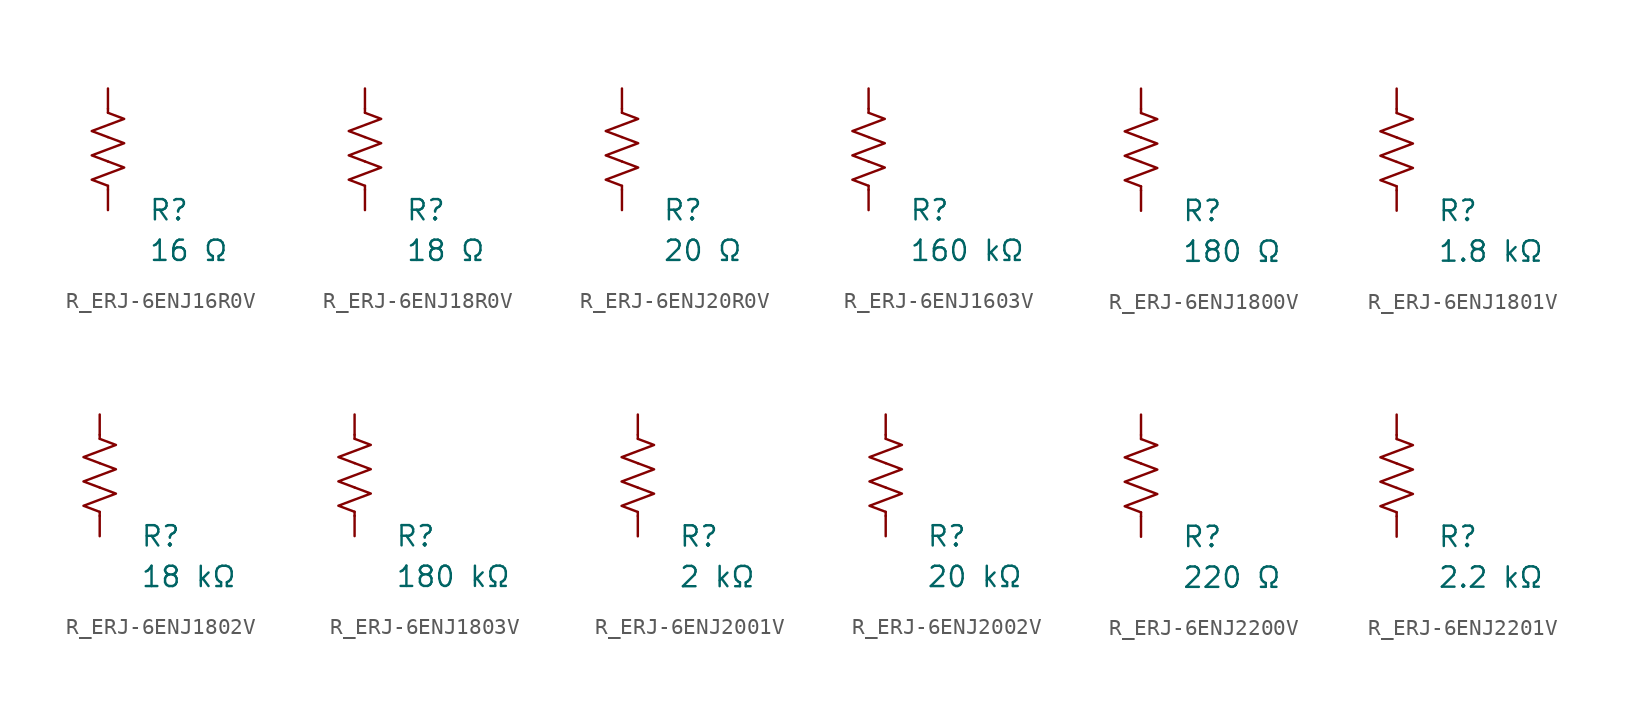
<source format=kicad_sym>
(kicad_symbol_lib
  (version 20231120)
  (generator "kicad_symbol_editor")
  (generator_version "8.0")
  (symbol "R_ERJ-6ENJ16R0V"
    (pin_numbers hide)
    (pin_names
      (offset 0))
    (property "Reference" "R"
      (at 2.54 -3.81 0)
      (effects (font (size 1.27 1.27)) (justify left))
      (show_name no))
    (property "Value" "16 Ω"
      (at 2.54 -6.35 0)
      (effects (font (size 1.27 1.27)) (justify left))
      (show_name no))
    (symbol "R_ERJ-6ENJ16R0V_0_1"
      (polyline (pts (xy 0 -2.286) (xy 0 -2.54)) (stroke (width 0) (type default)) (fill (type none)))
      (polyline (pts (xy 0 2.286) (xy 0 2.54)) (stroke (width 0) (type default)) (fill (type none)))
      (polyline (pts (xy 0 -0.762) (xy 1.016 -1.143) (xy 0 -1.524) (xy -1.016 -1.905) (xy 0 -2.286)) (stroke (width 0) (type default)) (fill (type none)))
      (polyline (pts (xy 0 0.762) (xy 1.016 0.381) (xy 0 0) (xy -1.016 -0.381) (xy 0 -0.762)) (stroke (width 0) (type default)) (fill (type none)))
      (polyline (pts (xy 0 2.286) (xy 1.016 1.905) (xy 0 1.524) (xy -1.016 1.143) (xy 0 0.762)) (stroke (width 0) (type default)) (fill (type none))))
    (symbol "R_ERJ-6ENJ16R0V_1_1"
      (pin passive line (at 0 3.81 270) (length 1.27) (name "~" (effects (font (size 1.27 1.27)))) (number "1" (effects (font (size 1.27 1.27)))))
      (pin passive line (at 0 -3.81 90) (length 1.27) (name "~" (effects (font (size 1.27 1.27)))) (number "2" (effects (font (size 1.27 1.27)))))))
  (symbol "R_ERJ-6ENJ18R0V"
    (pin_numbers hide)
    (pin_names
      (offset 0))
    (property "Reference" "R"
      (at 2.54 -3.81 0)
      (effects (font (size 1.27 1.27)) (justify left))
      (show_name no))
    (property "Value" "18 Ω"
      (at 2.54 -6.35 0)
      (effects (font (size 1.27 1.27)) (justify left))
      (show_name no))
    (symbol "R_ERJ-6ENJ18R0V_0_1"
      (polyline (pts (xy 0 -2.286) (xy 0 -2.54)) (stroke (width 0) (type default)) (fill (type none)))
      (polyline (pts (xy 0 2.286) (xy 0 2.54)) (stroke (width 0) (type default)) (fill (type none)))
      (polyline (pts (xy 0 -0.762) (xy 1.016 -1.143) (xy 0 -1.524) (xy -1.016 -1.905) (xy 0 -2.286)) (stroke (width 0) (type default)) (fill (type none)))
      (polyline (pts (xy 0 0.762) (xy 1.016 0.381) (xy 0 0) (xy -1.016 -0.381) (xy 0 -0.762)) (stroke (width 0) (type default)) (fill (type none)))
      (polyline (pts (xy 0 2.286) (xy 1.016 1.905) (xy 0 1.524) (xy -1.016 1.143) (xy 0 0.762)) (stroke (width 0) (type default)) (fill (type none))))
    (symbol "R_ERJ-6ENJ18R0V_1_1"
      (pin passive line (at 0 3.81 270) (length 1.27) (name "~" (effects (font (size 1.27 1.27)))) (number "1" (effects (font (size 1.27 1.27)))))
      (pin passive line (at 0 -3.81 90) (length 1.27) (name "~" (effects (font (size 1.27 1.27)))) (number "2" (effects (font (size 1.27 1.27)))))))
  (symbol "R_ERJ-6ENJ20R0V"
    (pin_numbers hide)
    (pin_names
      (offset 0))
    (property "Reference" "R"
      (at 2.54 -3.81 0)
      (effects (font (size 1.27 1.27)) (justify left))
      (show_name no))
    (property "Value" "20 Ω"
      (at 2.54 -6.35 0)
      (effects (font (size 1.27 1.27)) (justify left))
      (show_name no))
    (symbol "R_ERJ-6ENJ20R0V_0_1"
      (polyline (pts (xy 0 -2.286) (xy 0 -2.54)) (stroke (width 0) (type default)) (fill (type none)))
      (polyline (pts (xy 0 2.286) (xy 0 2.54)) (stroke (width 0) (type default)) (fill (type none)))
      (polyline (pts (xy 0 -0.762) (xy 1.016 -1.143) (xy 0 -1.524) (xy -1.016 -1.905) (xy 0 -2.286)) (stroke (width 0) (type default)) (fill (type none)))
      (polyline (pts (xy 0 0.762) (xy 1.016 0.381) (xy 0 0) (xy -1.016 -0.381) (xy 0 -0.762)) (stroke (width 0) (type default)) (fill (type none)))
      (polyline (pts (xy 0 2.286) (xy 1.016 1.905) (xy 0 1.524) (xy -1.016 1.143) (xy 0 0.762)) (stroke (width 0) (type default)) (fill (type none))))
    (symbol "R_ERJ-6ENJ20R0V_1_1"
      (pin passive line (at 0 3.81 270) (length 1.27) (name "~" (effects (font (size 1.27 1.27)))) (number "1" (effects (font (size 1.27 1.27)))))
      (pin passive line (at 0 -3.81 90) (length 1.27) (name "~" (effects (font (size 1.27 1.27)))) (number "2" (effects (font (size 1.27 1.27)))))))
  (symbol "R_ERJ-6ENJ1603V"
    (pin_numbers hide)
    (pin_names
      (offset 0))
    (property "Reference" "R"
      (at 2.54 -3.81 0)
      (effects (font (size 1.27 1.27)) (justify left))
      (show_name no))
    (property "Value" "160 kΩ"
      (at 2.54 -6.35 0)
      (effects (font (size 1.27 1.27)) (justify left))
      (show_name no))
    (symbol "R_ERJ-6ENJ1603V_0_1"
      (polyline (pts (xy 0 -2.286) (xy 0 -2.54)) (stroke (width 0) (type default)) (fill (type none)))
      (polyline (pts (xy 0 2.286) (xy 0 2.54)) (stroke (width 0) (type default)) (fill (type none)))
      (polyline (pts (xy 0 -0.762) (xy 1.016 -1.143) (xy 0 -1.524) (xy -1.016 -1.905) (xy 0 -2.286)) (stroke (width 0) (type default)) (fill (type none)))
      (polyline (pts (xy 0 0.762) (xy 1.016 0.381) (xy 0 0) (xy -1.016 -0.381) (xy 0 -0.762)) (stroke (width 0) (type default)) (fill (type none)))
      (polyline (pts (xy 0 2.286) (xy 1.016 1.905) (xy 0 1.524) (xy -1.016 1.143) (xy 0 0.762)) (stroke (width 0) (type default)) (fill (type none))))
    (symbol "R_ERJ-6ENJ1603V_1_1"
      (pin passive line (at 0 3.81 270) (length 1.27) (name "~" (effects (font (size 1.27 1.27)))) (number "1" (effects (font (size 1.27 1.27)))))
      (pin passive line (at 0 -3.81 90) (length 1.27) (name "~" (effects (font (size 1.27 1.27)))) (number "2" (effects (font (size 1.27 1.27)))))))
  (symbol "R_ERJ-6ENJ1800V"
    (pin_numbers hide)
    (pin_names
      (offset 0))
    (property "Reference" "R"
      (at 2.54 -3.81 0)
      (effects (font (size 1.27 1.27)) (justify left))
      (show_name no))
    (property "Value" "180 Ω"
      (at 2.54 -6.35 0)
      (effects (font (size 1.27 1.27)) (justify left))
      (show_name no))
    (symbol "R_ERJ-6ENJ1800V_0_1"
      (polyline (pts (xy 0 -2.286) (xy 0 -2.54)) (stroke (width 0) (type default)) (fill (type none)))
      (polyline (pts (xy 0 2.286) (xy 0 2.54)) (stroke (width 0) (type default)) (fill (type none)))
      (polyline (pts (xy 0 -0.762) (xy 1.016 -1.143) (xy 0 -1.524) (xy -1.016 -1.905) (xy 0 -2.286)) (stroke (width 0) (type default)) (fill (type none)))
      (polyline (pts (xy 0 0.762) (xy 1.016 0.381) (xy 0 0) (xy -1.016 -0.381) (xy 0 -0.762)) (stroke (width 0) (type default)) (fill (type none)))
      (polyline (pts (xy 0 2.286) (xy 1.016 1.905) (xy 0 1.524) (xy -1.016 1.143) (xy 0 0.762)) (stroke (width 0) (type default)) (fill (type none))))
    (symbol "R_ERJ-6ENJ1800V_1_1"
      (pin passive line (at 0 3.81 270) (length 1.27) (name "~" (effects (font (size 1.27 1.27)))) (number "1" (effects (font (size 1.27 1.27)))))
      (pin passive line (at 0 -3.81 90) (length 1.27) (name "~" (effects (font (size 1.27 1.27)))) (number "2" (effects (font (size 1.27 1.27)))))))
  (symbol "R_ERJ-6ENJ1801V"
    (pin_numbers hide)
    (pin_names
      (offset 0))
    (property "Reference" "R"
      (at 2.54 -3.81 0)
      (effects (font (size 1.27 1.27)) (justify left))
      (show_name no))
    (property "Value" "1.8 kΩ"
      (at 2.54 -6.35 0)
      (effects (font (size 1.27 1.27)) (justify left))
      (show_name no))
    (symbol "R_ERJ-6ENJ1801V_0_1"
      (polyline (pts (xy 0 -2.286) (xy 0 -2.54)) (stroke (width 0) (type default)) (fill (type none)))
      (polyline (pts (xy 0 2.286) (xy 0 2.54)) (stroke (width 0) (type default)) (fill (type none)))
      (polyline (pts (xy 0 -0.762) (xy 1.016 -1.143) (xy 0 -1.524) (xy -1.016 -1.905) (xy 0 -2.286)) (stroke (width 0) (type default)) (fill (type none)))
      (polyline (pts (xy 0 0.762) (xy 1.016 0.381) (xy 0 0) (xy -1.016 -0.381) (xy 0 -0.762)) (stroke (width 0) (type default)) (fill (type none)))
      (polyline (pts (xy 0 2.286) (xy 1.016 1.905) (xy 0 1.524) (xy -1.016 1.143) (xy 0 0.762)) (stroke (width 0) (type default)) (fill (type none))))
    (symbol "R_ERJ-6ENJ1801V_1_1"
      (pin passive line (at 0 3.81 270) (length 1.27) (name "~" (effects (font (size 1.27 1.27)))) (number "1" (effects (font (size 1.27 1.27)))))
      (pin passive line (at 0 -3.81 90) (length 1.27) (name "~" (effects (font (size 1.27 1.27)))) (number "2" (effects (font (size 1.27 1.27)))))))
  (symbol "R_ERJ-6ENJ1802V"
    (pin_numbers hide)
    (pin_names
      (offset 0))
    (property "Reference" "R"
      (at 2.54 -3.81 0)
      (effects (font (size 1.27 1.27)) (justify left))
      (show_name no))
    (property "Value" "18 kΩ"
      (at 2.54 -6.35 0)
      (effects (font (size 1.27 1.27)) (justify left))
      (show_name no))
    (symbol "R_ERJ-6ENJ1802V_0_1"
      (polyline (pts (xy 0 -2.286) (xy 0 -2.54)) (stroke (width 0) (type default)) (fill (type none)))
      (polyline (pts (xy 0 2.286) (xy 0 2.54)) (stroke (width 0) (type default)) (fill (type none)))
      (polyline (pts (xy 0 -0.762) (xy 1.016 -1.143) (xy 0 -1.524) (xy -1.016 -1.905) (xy 0 -2.286)) (stroke (width 0) (type default)) (fill (type none)))
      (polyline (pts (xy 0 0.762) (xy 1.016 0.381) (xy 0 0) (xy -1.016 -0.381) (xy 0 -0.762)) (stroke (width 0) (type default)) (fill (type none)))
      (polyline (pts (xy 0 2.286) (xy 1.016 1.905) (xy 0 1.524) (xy -1.016 1.143) (xy 0 0.762)) (stroke (width 0) (type default)) (fill (type none))))
    (symbol "R_ERJ-6ENJ1802V_1_1"
      (pin passive line (at 0 3.81 270) (length 1.27) (name "~" (effects (font (size 1.27 1.27)))) (number "1" (effects (font (size 1.27 1.27)))))
      (pin passive line (at 0 -3.81 90) (length 1.27) (name "~" (effects (font (size 1.27 1.27)))) (number "2" (effects (font (size 1.27 1.27)))))))
  (symbol "R_ERJ-6ENJ1803V"
    (pin_numbers hide)
    (pin_names
      (offset 0))
    (property "Reference" "R"
      (at 2.54 -3.81 0)
      (effects (font (size 1.27 1.27)) (justify left))
      (show_name no))
    (property "Value" "180 kΩ"
      (at 2.54 -6.35 0)
      (effects (font (size 1.27 1.27)) (justify left))
      (show_name no))
    (symbol "R_ERJ-6ENJ1803V_0_1"
      (polyline (pts (xy 0 -2.286) (xy 0 -2.54)) (stroke (width 0) (type default)) (fill (type none)))
      (polyline (pts (xy 0 2.286) (xy 0 2.54)) (stroke (width 0) (type default)) (fill (type none)))
      (polyline (pts (xy 0 -0.762) (xy 1.016 -1.143) (xy 0 -1.524) (xy -1.016 -1.905) (xy 0 -2.286)) (stroke (width 0) (type default)) (fill (type none)))
      (polyline (pts (xy 0 0.762) (xy 1.016 0.381) (xy 0 0) (xy -1.016 -0.381) (xy 0 -0.762)) (stroke (width 0) (type default)) (fill (type none)))
      (polyline (pts (xy 0 2.286) (xy 1.016 1.905) (xy 0 1.524) (xy -1.016 1.143) (xy 0 0.762)) (stroke (width 0) (type default)) (fill (type none))))
    (symbol "R_ERJ-6ENJ1803V_1_1"
      (pin passive line (at 0 3.81 270) (length 1.27) (name "~" (effects (font (size 1.27 1.27)))) (number "1" (effects (font (size 1.27 1.27)))))
      (pin passive line (at 0 -3.81 90) (length 1.27) (name "~" (effects (font (size 1.27 1.27)))) (number "2" (effects (font (size 1.27 1.27)))))))
  (symbol "R_ERJ-6ENJ2001V"
    (pin_numbers hide)
    (pin_names
      (offset 0))
    (property "Reference" "R"
      (at 2.54 -3.81 0)
      (effects (font (size 1.27 1.27)) (justify left))
      (show_name no))
    (property "Value" "2 kΩ"
      (at 2.54 -6.35 0)
      (effects (font (size 1.27 1.27)) (justify left))
      (show_name no))
    (symbol "R_ERJ-6ENJ2001V_0_1"
      (polyline (pts (xy 0 -2.286) (xy 0 -2.54)) (stroke (width 0) (type default)) (fill (type none)))
      (polyline (pts (xy 0 2.286) (xy 0 2.54)) (stroke (width 0) (type default)) (fill (type none)))
      (polyline (pts (xy 0 -0.762) (xy 1.016 -1.143) (xy 0 -1.524) (xy -1.016 -1.905) (xy 0 -2.286)) (stroke (width 0) (type default)) (fill (type none)))
      (polyline (pts (xy 0 0.762) (xy 1.016 0.381) (xy 0 0) (xy -1.016 -0.381) (xy 0 -0.762)) (stroke (width 0) (type default)) (fill (type none)))
      (polyline (pts (xy 0 2.286) (xy 1.016 1.905) (xy 0 1.524) (xy -1.016 1.143) (xy 0 0.762)) (stroke (width 0) (type default)) (fill (type none))))
    (symbol "R_ERJ-6ENJ2001V_1_1"
      (pin passive line (at 0 3.81 270) (length 1.27) (name "~" (effects (font (size 1.27 1.27)))) (number "1" (effects (font (size 1.27 1.27)))))
      (pin passive line (at 0 -3.81 90) (length 1.27) (name "~" (effects (font (size 1.27 1.27)))) (number "2" (effects (font (size 1.27 1.27)))))))
  (symbol "R_ERJ-6ENJ2002V"
    (pin_numbers hide)
    (pin_names
      (offset 0))
    (property "Reference" "R"
      (at 2.54 -3.81 0)
      (effects (font (size 1.27 1.27)) (justify left))
      (show_name no))
    (property "Value" "20 kΩ"
      (at 2.54 -6.35 0)
      (effects (font (size 1.27 1.27)) (justify left))
      (show_name no))
    (symbol "R_ERJ-6ENJ2002V_0_1"
      (polyline (pts (xy 0 -2.286) (xy 0 -2.54)) (stroke (width 0) (type default)) (fill (type none)))
      (polyline (pts (xy 0 2.286) (xy 0 2.54)) (stroke (width 0) (type default)) (fill (type none)))
      (polyline (pts (xy 0 -0.762) (xy 1.016 -1.143) (xy 0 -1.524) (xy -1.016 -1.905) (xy 0 -2.286)) (stroke (width 0) (type default)) (fill (type none)))
      (polyline (pts (xy 0 0.762) (xy 1.016 0.381) (xy 0 0) (xy -1.016 -0.381) (xy 0 -0.762)) (stroke (width 0) (type default)) (fill (type none)))
      (polyline (pts (xy 0 2.286) (xy 1.016 1.905) (xy 0 1.524) (xy -1.016 1.143) (xy 0 0.762)) (stroke (width 0) (type default)) (fill (type none))))
    (symbol "R_ERJ-6ENJ2002V_1_1"
      (pin passive line (at 0 3.81 270) (length 1.27) (name "~" (effects (font (size 1.27 1.27)))) (number "1" (effects (font (size 1.27 1.27)))))
      (pin passive line (at 0 -3.81 90) (length 1.27) (name "~" (effects (font (size 1.27 1.27)))) (number "2" (effects (font (size 1.27 1.27)))))))
  (symbol "R_ERJ-6ENJ2200V"
    (pin_numbers hide)
    (pin_names
      (offset 0))
    (property "Reference" "R"
      (at 2.54 -3.81 0)
      (effects (font (size 1.27 1.27)) (justify left))
      (show_name no))
    (property "Value" "220 Ω"
      (at 2.54 -6.35 0)
      (effects (font (size 1.27 1.27)) (justify left))
      (show_name no))
    (symbol "R_ERJ-6ENJ2200V_0_1"
      (polyline (pts (xy 0 -2.286) (xy 0 -2.54)) (stroke (width 0) (type default)) (fill (type none)))
      (polyline (pts (xy 0 2.286) (xy 0 2.54)) (stroke (width 0) (type default)) (fill (type none)))
      (polyline (pts (xy 0 -0.762) (xy 1.016 -1.143) (xy 0 -1.524) (xy -1.016 -1.905) (xy 0 -2.286)) (stroke (width 0) (type default)) (fill (type none)))
      (polyline (pts (xy 0 0.762) (xy 1.016 0.381) (xy 0 0) (xy -1.016 -0.381) (xy 0 -0.762)) (stroke (width 0) (type default)) (fill (type none)))
      (polyline (pts (xy 0 2.286) (xy 1.016 1.905) (xy 0 1.524) (xy -1.016 1.143) (xy 0 0.762)) (stroke (width 0) (type default)) (fill (type none))))
    (symbol "R_ERJ-6ENJ2200V_1_1"
      (pin passive line (at 0 3.81 270) (length 1.27) (name "~" (effects (font (size 1.27 1.27)))) (number "1" (effects (font (size 1.27 1.27)))))
      (pin passive line (at 0 -3.81 90) (length 1.27) (name "~" (effects (font (size 1.27 1.27)))) (number "2" (effects (font (size 1.27 1.27)))))))
  (symbol "R_ERJ-6ENJ2201V"
    (pin_numbers hide)
    (pin_names
      (offset 0))
    (property "Reference" "R"
      (at 2.54 -3.81 0)
      (effects (font (size 1.27 1.27)) (justify left))
      (show_name no))
    (property "Value" "2.2 kΩ"
      (at 2.54 -6.35 0)
      (effects (font (size 1.27 1.27)) (justify left))
      (show_name no))
    (symbol "R_ERJ-6ENJ2201V_0_1"
      (polyline (pts (xy 0 -2.286) (xy 0 -2.54)) (stroke (width 0) (type default)) (fill (type none)))
      (polyline (pts (xy 0 2.286) (xy 0 2.54)) (stroke (width 0) (type default)) (fill (type none)))
      (polyline (pts (xy 0 -0.762) (xy 1.016 -1.143) (xy 0 -1.524) (xy -1.016 -1.905) (xy 0 -2.286)) (stroke (width 0) (type default)) (fill (type none)))
      (polyline (pts (xy 0 0.762) (xy 1.016 0.381) (xy 0 0) (xy -1.016 -0.381) (xy 0 -0.762)) (stroke (width 0) (type default)) (fill (type none)))
      (polyline (pts (xy 0 2.286) (xy 1.016 1.905) (xy 0 1.524) (xy -1.016 1.143) (xy 0 0.762)) (stroke (width 0) (type default)) (fill (type none))))
    (symbol "R_ERJ-6ENJ2201V_1_1"
      (pin passive line (at 0 3.81 270) (length 1.27) (name "~" (effects (font (size 1.27 1.27)))) (number "1" (effects (font (size 1.27 1.27)))))
      (pin passive line (at 0 -3.81 90) (length 1.27) (name "~" (effects (font (size 1.27 1.27)))) (number "2" (effects (font (size 1.27 1.27))))))))
</source>
